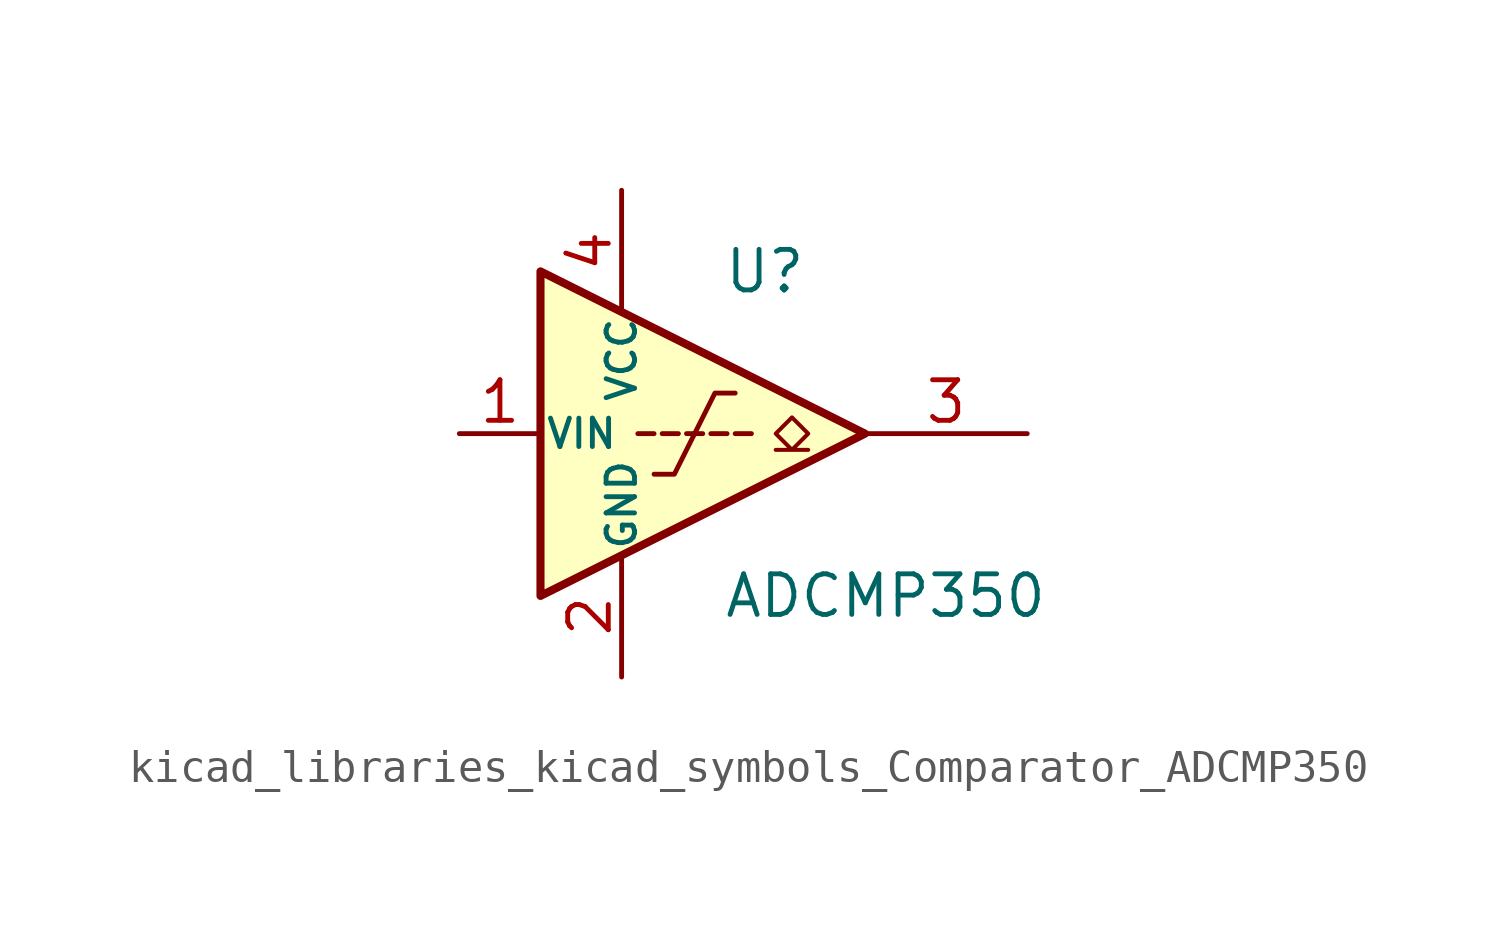
<source format=kicad_sym>
(kicad_symbol_lib
  (version 20220914)
  (generator kicad_symbol_editor)
  (symbol "kicad_libraries_kicad_symbols_Comparator_ADCMP350"
    (pin_names
      (offset 0.127))
    (property "Reference" "U"
      (at 3.175 5.08 0)
      (effects (font (size 1.27 1.27)) (justify left)))
    (property "Value" "ADCMP350"
      (at 3.175 -5.08 0)
      (effects (font (size 1.27 1.27)) (justify left)))
    (symbol "kicad_libraries_kicad_symbols_Comparator_ADCMP350_0_1"
      (polyline (pts (xy 1.016 0) (xy 0.508 0)) (stroke (width 0) (type default)) (fill (type none)))
      (polyline (pts (xy 1.778 0) (xy 1.27 0)) (stroke (width 0) (type default)) (fill (type none)))
      (polyline (pts (xy 2.032 0) (xy 2.54 0)) (stroke (width 0) (type default)) (fill (type none)))
      (polyline (pts (xy 2.794 0) (xy 3.302 0)) (stroke (width 0) (type default)) (fill (type none)))
      (polyline (pts (xy 3.556 0) (xy 4.064 0)) (stroke (width 0) (type default)) (fill (type none)))
      (polyline (pts (xy -2.54 5.08) (xy 7.62 0) (xy -2.54 -5.08) (xy -2.54 5.08)) (stroke (width 0.254) (type default)) (fill (type background)))
      (polyline (pts (xy 1.016 -1.27) (xy 1.651 -1.27) (xy 2.921 1.27) (xy 3.556 1.27)) (stroke (width 0) (type default)) (fill (type none)))
      (polyline (pts (xy 4.826 -0.508) (xy 5.334 -0.508) (xy 4.826 0) (xy 5.334 0.508) (xy 5.842 0) (xy 5.334 -0.508) (xy 5.842 -0.508)) (stroke (width 0.127) (type default)) (fill (type none))))
    (symbol "kicad_libraries_kicad_symbols_Comparator_ADCMP350_1_1"
      (pin input line (at -5.08 0 0) (length 2.54) (name "VIN" (effects (font (size 0.889 0.889)))) (number "1" (effects (font (size 1.27 1.27)))))
      (pin power_in line (at 0 -7.62 90) (length 3.81) (name "GND" (effects (font (size 0.889 0.889)))) (number "2" (effects (font (size 1.27 1.27)))))
      (pin open_collector line (at 12.7 0 180) (length 5.08) (name "~" (effects (font (size 1.27 1.27)))) (number "3" (effects (font (size 1.27 1.27)))))
      (pin power_in line (at 0 7.62 270) (length 3.81) (name "VCC" (effects (font (size 0.889 0.889)))) (number "4" (effects (font (size 1.27 1.27))))))))
</source>
